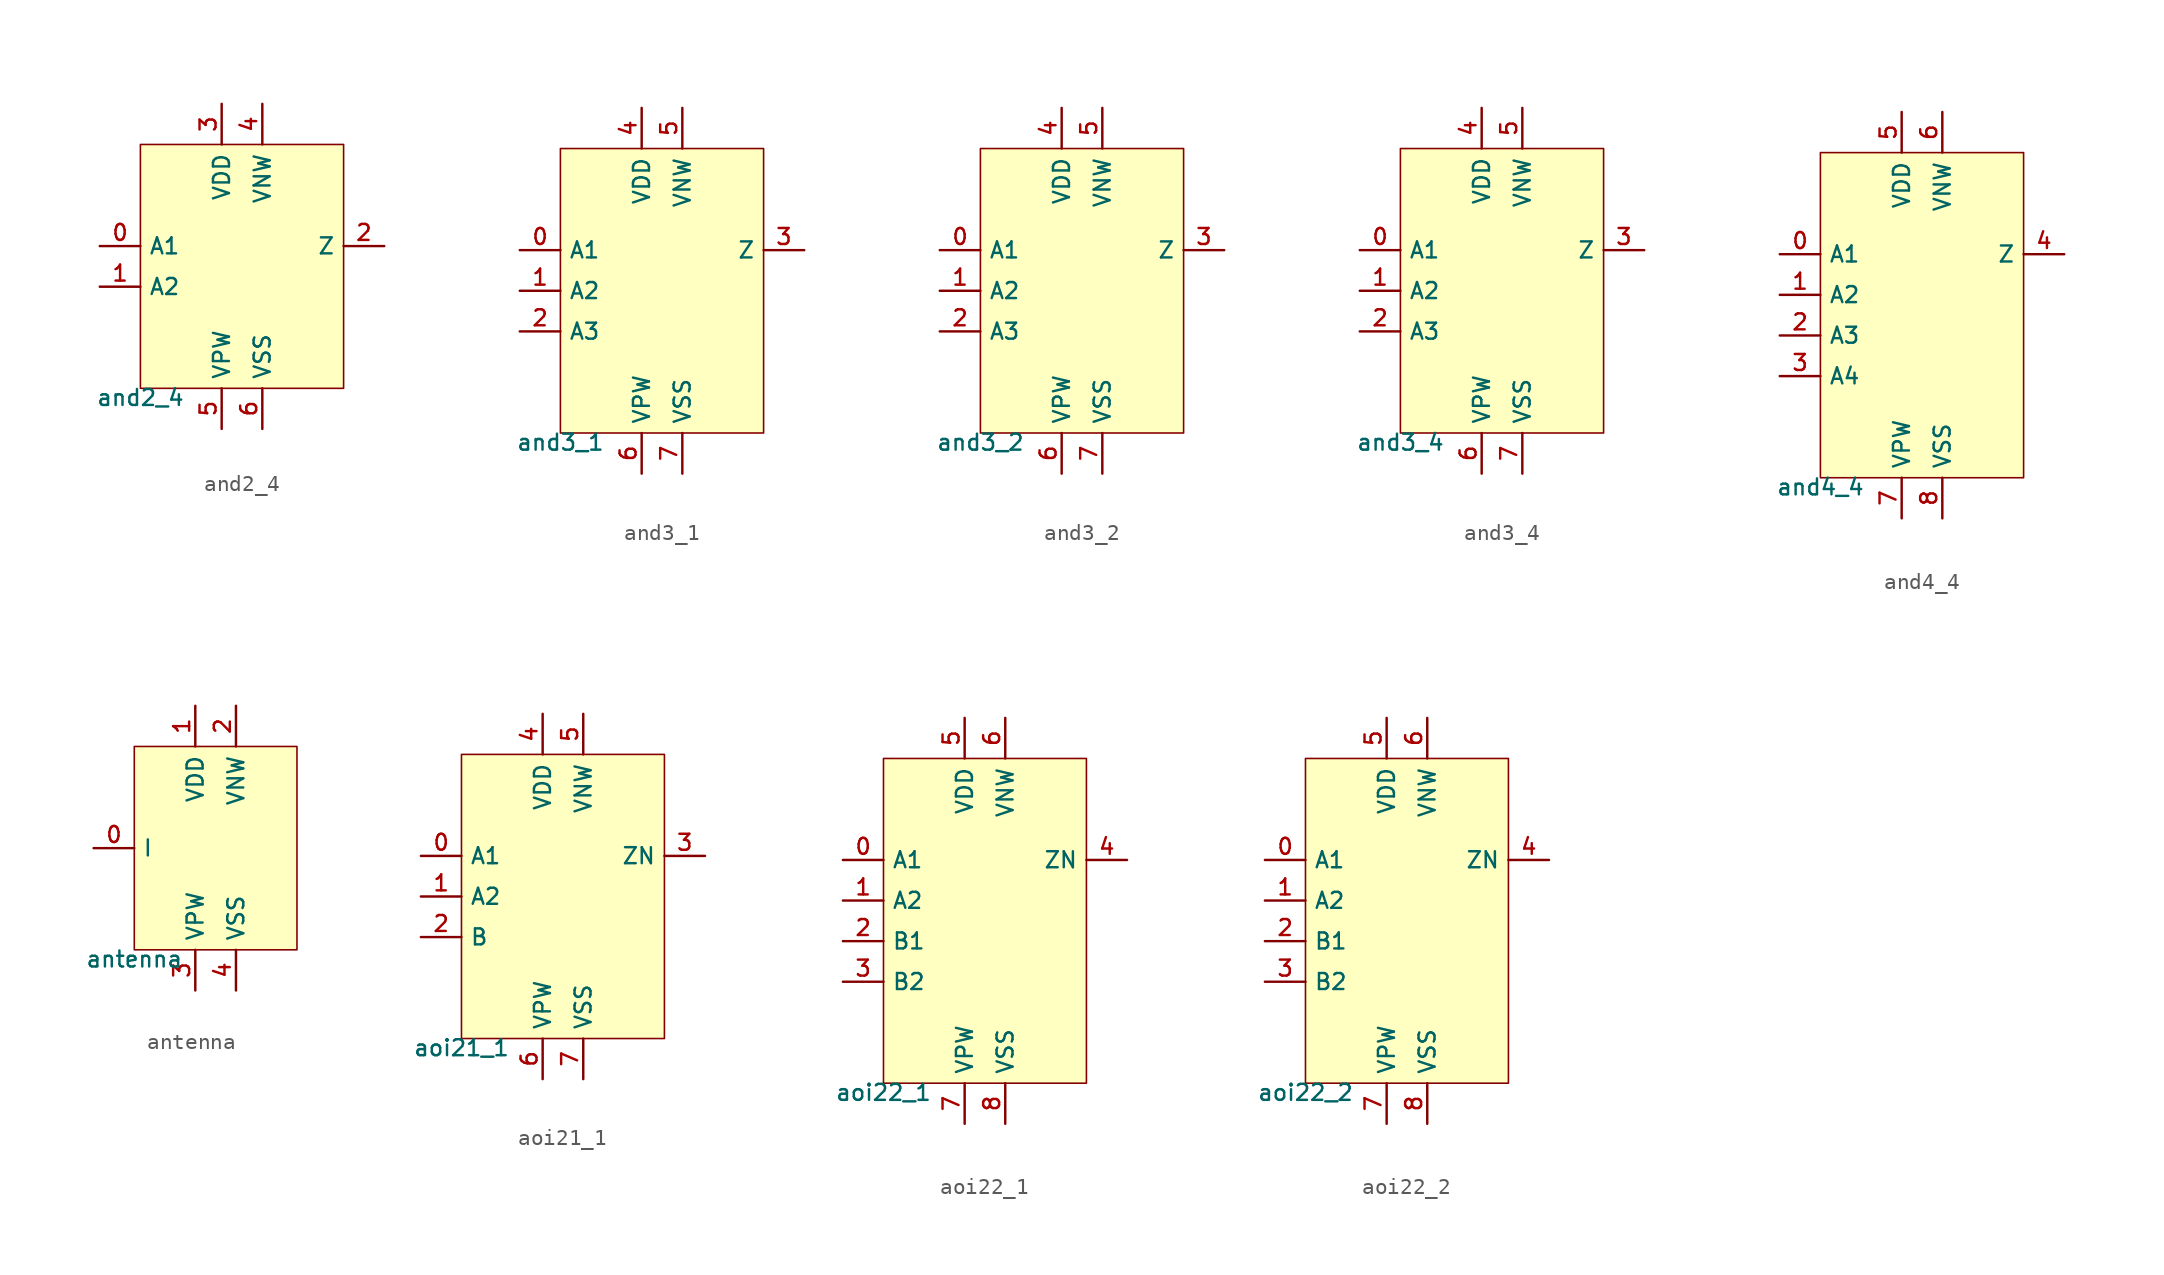
<source format=kicad_sym>
(kicad_symbol_lib
  (version 20211014)
  (generator pdk2kicad)
  (symbol "and2_4"
    (property "Reference" "X"
      (at 0 0 0)
      (effects (font (size 1 1)) hide))
    (property "Value" "and2_4"
      (at -6.35 -7.62 0)
      (effects (font (size 1 1)) (justify top)))
    (rectangle
      (start -6.35 -7.62)
      (end 6.35 7.62)
      (stroke (width 0.1) (type solid) (color 0 0 0 0))
      (fill (type background)))
    (pin input line
      (at -8.89 1.27 0)
      (length 2.54)
      (name "A1" (effects (font (size 1 1)) hide))
      (number "0" (effects (font (size 1 1)) hide)))
    (pin input line
      (at -8.89 -1.27 0)
      (length 2.54)
      (name "A2" (effects (font (size 1 1)) hide))
      (number "1" (effects (font (size 1 1)) hide)))
    (pin output line
      (at 8.89 1.27 180)
      (length 2.54)
      (name "Z" (effects (font (size 1 1)) hide))
      (number "2" (effects (font (size 1 1)) hide)))
    (pin power_in line
      (at -1.27 10.16 270)
      (length 2.54)
      (name "VDD" (effects (font (size 1 1)) hide))
      (number "3" (effects (font (size 1 1)) hide)))
    (pin power_in line
      (at 1.27 10.16 270)
      (length 2.54)
      (name "VNW" (effects (font (size 1 1)) hide))
      (number "4" (effects (font (size 1 1)) hide)))
    (pin power_in line
      (at -1.27 -10.16 90)
      (length 2.54)
      (name "VPW" (effects (font (size 1 1)) hide))
      (number "5" (effects (font (size 1 1)) hide)))
    (pin power_in line
      (at 1.27 -10.16 90)
      (length 2.54)
      (name "VSS" (effects (font (size 1 1)) hide))
      (number "6" (effects (font (size 1 1)) hide))))
  (symbol "and3_1"
    (property "Reference" "X"
      (at 0 0 0)
      (effects (font (size 1 1)) hide))
    (property "Value" "and3_1"
      (at -6.35 -8.89 0)
      (effects (font (size 1 1)) (justify top)))
    (rectangle
      (start -6.35 -8.89)
      (end 6.35 8.89)
      (stroke (width 0.1) (type solid) (color 0 0 0 0))
      (fill (type background)))
    (pin input line
      (at -8.89 2.54 0)
      (length 2.54)
      (name "A1" (effects (font (size 1 1)) hide))
      (number "0" (effects (font (size 1 1)) hide)))
    (pin input line
      (at -8.89 4.440892098500626e-16 0)
      (length 2.54)
      (name "A2" (effects (font (size 1 1)) hide))
      (number "1" (effects (font (size 1 1)) hide)))
    (pin input line
      (at -8.89 -2.54 0)
      (length 2.54)
      (name "A3" (effects (font (size 1 1)) hide))
      (number "2" (effects (font (size 1 1)) hide)))
    (pin output line
      (at 8.89 2.54 180)
      (length 2.54)
      (name "Z" (effects (font (size 1 1)) hide))
      (number "3" (effects (font (size 1 1)) hide)))
    (pin power_in line
      (at -1.27 11.43 270)
      (length 2.54)
      (name "VDD" (effects (font (size 1 1)) hide))
      (number "4" (effects (font (size 1 1)) hide)))
    (pin power_in line
      (at 1.27 11.43 270)
      (length 2.54)
      (name "VNW" (effects (font (size 1 1)) hide))
      (number "5" (effects (font (size 1 1)) hide)))
    (pin power_in line
      (at -1.27 -11.43 90)
      (length 2.54)
      (name "VPW" (effects (font (size 1 1)) hide))
      (number "6" (effects (font (size 1 1)) hide)))
    (pin power_in line
      (at 1.27 -11.43 90)
      (length 2.54)
      (name "VSS" (effects (font (size 1 1)) hide))
      (number "7" (effects (font (size 1 1)) hide))))
  (symbol "and3_2"
    (property "Reference" "X"
      (at 0 0 0)
      (effects (font (size 1 1)) hide))
    (property "Value" "and3_2"
      (at -6.35 -8.89 0)
      (effects (font (size 1 1)) (justify top)))
    (rectangle
      (start -6.35 -8.89)
      (end 6.35 8.89)
      (stroke (width 0.1) (type solid) (color 0 0 0 0))
      (fill (type background)))
    (pin input line
      (at -8.89 2.54 0)
      (length 2.54)
      (name "A1" (effects (font (size 1 1)) hide))
      (number "0" (effects (font (size 1 1)) hide)))
    (pin input line
      (at -8.89 4.440892098500626e-16 0)
      (length 2.54)
      (name "A2" (effects (font (size 1 1)) hide))
      (number "1" (effects (font (size 1 1)) hide)))
    (pin input line
      (at -8.89 -2.54 0)
      (length 2.54)
      (name "A3" (effects (font (size 1 1)) hide))
      (number "2" (effects (font (size 1 1)) hide)))
    (pin output line
      (at 8.89 2.54 180)
      (length 2.54)
      (name "Z" (effects (font (size 1 1)) hide))
      (number "3" (effects (font (size 1 1)) hide)))
    (pin power_in line
      (at -1.27 11.43 270)
      (length 2.54)
      (name "VDD" (effects (font (size 1 1)) hide))
      (number "4" (effects (font (size 1 1)) hide)))
    (pin power_in line
      (at 1.27 11.43 270)
      (length 2.54)
      (name "VNW" (effects (font (size 1 1)) hide))
      (number "5" (effects (font (size 1 1)) hide)))
    (pin power_in line
      (at -1.27 -11.43 90)
      (length 2.54)
      (name "VPW" (effects (font (size 1 1)) hide))
      (number "6" (effects (font (size 1 1)) hide)))
    (pin power_in line
      (at 1.27 -11.43 90)
      (length 2.54)
      (name "VSS" (effects (font (size 1 1)) hide))
      (number "7" (effects (font (size 1 1)) hide))))
  (symbol "and3_4"
    (property "Reference" "X"
      (at 0 0 0)
      (effects (font (size 1 1)) hide))
    (property "Value" "and3_4"
      (at -6.35 -8.89 0)
      (effects (font (size 1 1)) (justify top)))
    (rectangle
      (start -6.35 -8.89)
      (end 6.35 8.89)
      (stroke (width 0.1) (type solid) (color 0 0 0 0))
      (fill (type background)))
    (pin input line
      (at -8.89 2.54 0)
      (length 2.54)
      (name "A1" (effects (font (size 1 1)) hide))
      (number "0" (effects (font (size 1 1)) hide)))
    (pin input line
      (at -8.89 4.440892098500626e-16 0)
      (length 2.54)
      (name "A2" (effects (font (size 1 1)) hide))
      (number "1" (effects (font (size 1 1)) hide)))
    (pin input line
      (at -8.89 -2.54 0)
      (length 2.54)
      (name "A3" (effects (font (size 1 1)) hide))
      (number "2" (effects (font (size 1 1)) hide)))
    (pin output line
      (at 8.89 2.54 180)
      (length 2.54)
      (name "Z" (effects (font (size 1 1)) hide))
      (number "3" (effects (font (size 1 1)) hide)))
    (pin power_in line
      (at -1.27 11.43 270)
      (length 2.54)
      (name "VDD" (effects (font (size 1 1)) hide))
      (number "4" (effects (font (size 1 1)) hide)))
    (pin power_in line
      (at 1.27 11.43 270)
      (length 2.54)
      (name "VNW" (effects (font (size 1 1)) hide))
      (number "5" (effects (font (size 1 1)) hide)))
    (pin power_in line
      (at -1.27 -11.43 90)
      (length 2.54)
      (name "VPW" (effects (font (size 1 1)) hide))
      (number "6" (effects (font (size 1 1)) hide)))
    (pin power_in line
      (at 1.27 -11.43 90)
      (length 2.54)
      (name "VSS" (effects (font (size 1 1)) hide))
      (number "7" (effects (font (size 1 1)) hide))))
  (symbol "and4_4"
    (property "Reference" "X"
      (at 0 0 0)
      (effects (font (size 1 1)) hide))
    (property "Value" "and4_4"
      (at -6.35 -10.16 0)
      (effects (font (size 1 1)) (justify top)))
    (rectangle
      (start -6.35 -10.16)
      (end 6.35 10.16)
      (stroke (width 0.1) (type solid) (color 0 0 0 0))
      (fill (type background)))
    (pin input line
      (at -8.89 3.81 0)
      (length 2.54)
      (name "A1" (effects (font (size 1 1)) hide))
      (number "0" (effects (font (size 1 1)) hide)))
    (pin input line
      (at -8.89 1.27 0)
      (length 2.54)
      (name "A2" (effects (font (size 1 1)) hide))
      (number "1" (effects (font (size 1 1)) hide)))
    (pin input line
      (at -8.89 -1.27 0)
      (length 2.54)
      (name "A3" (effects (font (size 1 1)) hide))
      (number "2" (effects (font (size 1 1)) hide)))
    (pin input line
      (at -8.89 -3.81 0)
      (length 2.54)
      (name "A4" (effects (font (size 1 1)) hide))
      (number "3" (effects (font (size 1 1)) hide)))
    (pin output line
      (at 8.89 3.81 180)
      (length 2.54)
      (name "Z" (effects (font (size 1 1)) hide))
      (number "4" (effects (font (size 1 1)) hide)))
    (pin power_in line
      (at -1.27 12.7 270)
      (length 2.54)
      (name "VDD" (effects (font (size 1 1)) hide))
      (number "5" (effects (font (size 1 1)) hide)))
    (pin power_in line
      (at 1.27 12.7 270)
      (length 2.54)
      (name "VNW" (effects (font (size 1 1)) hide))
      (number "6" (effects (font (size 1 1)) hide)))
    (pin power_in line
      (at -1.27 -12.7 90)
      (length 2.54)
      (name "VPW" (effects (font (size 1 1)) hide))
      (number "7" (effects (font (size 1 1)) hide)))
    (pin power_in line
      (at 1.27 -12.7 90)
      (length 2.54)
      (name "VSS" (effects (font (size 1 1)) hide))
      (number "8" (effects (font (size 1 1)) hide))))
  (symbol "antenna"
    (property "Reference" "X"
      (at 0 0 0)
      (effects (font (size 1 1)) hide))
    (property "Value" "antenna"
      (at -5.08 -6.35 0)
      (effects (font (size 1 1)) (justify top)))
    (rectangle
      (start -5.08 -6.35)
      (end 5.08 6.35)
      (stroke (width 0.1) (type solid) (color 0 0 0 0))
      (fill (type background)))
    (pin input line
      (at -7.62 -4.440892098500626e-16 0)
      (length 2.54)
      (name "I" (effects (font (size 1 1)) hide))
      (number "0" (effects (font (size 1 1)) hide)))
    (pin power_in line
      (at -1.27 8.89 270)
      (length 2.54)
      (name "VDD" (effects (font (size 1 1)) hide))
      (number "1" (effects (font (size 1 1)) hide)))
    (pin power_in line
      (at 1.27 8.89 270)
      (length 2.54)
      (name "VNW" (effects (font (size 1 1)) hide))
      (number "2" (effects (font (size 1 1)) hide)))
    (pin power_in line
      (at -1.27 -8.89 90)
      (length 2.54)
      (name "VPW" (effects (font (size 1 1)) hide))
      (number "3" (effects (font (size 1 1)) hide)))
    (pin power_in line
      (at 1.27 -8.89 90)
      (length 2.54)
      (name "VSS" (effects (font (size 1 1)) hide))
      (number "4" (effects (font (size 1 1)) hide))))
  (symbol "aoi21_1"
    (property "Reference" "X"
      (at 0 0 0)
      (effects (font (size 1 1)) hide))
    (property "Value" "aoi21_1"
      (at -6.35 -8.89 0)
      (effects (font (size 1 1)) (justify top)))
    (rectangle
      (start -6.35 -8.89)
      (end 6.35 8.89)
      (stroke (width 0.1) (type solid) (color 0 0 0 0))
      (fill (type background)))
    (pin input line
      (at -8.89 2.54 0)
      (length 2.54)
      (name "A1" (effects (font (size 1 1)) hide))
      (number "0" (effects (font (size 1 1)) hide)))
    (pin input line
      (at -8.89 4.440892098500626e-16 0)
      (length 2.54)
      (name "A2" (effects (font (size 1 1)) hide))
      (number "1" (effects (font (size 1 1)) hide)))
    (pin input line
      (at -8.89 -2.54 0)
      (length 2.54)
      (name "B" (effects (font (size 1 1)) hide))
      (number "2" (effects (font (size 1 1)) hide)))
    (pin output line
      (at 8.89 2.54 180)
      (length 2.54)
      (name "ZN" (effects (font (size 1 1)) hide))
      (number "3" (effects (font (size 1 1)) hide)))
    (pin power_in line
      (at -1.27 11.43 270)
      (length 2.54)
      (name "VDD" (effects (font (size 1 1)) hide))
      (number "4" (effects (font (size 1 1)) hide)))
    (pin power_in line
      (at 1.27 11.43 270)
      (length 2.54)
      (name "VNW" (effects (font (size 1 1)) hide))
      (number "5" (effects (font (size 1 1)) hide)))
    (pin power_in line
      (at -1.27 -11.43 90)
      (length 2.54)
      (name "VPW" (effects (font (size 1 1)) hide))
      (number "6" (effects (font (size 1 1)) hide)))
    (pin power_in line
      (at 1.27 -11.43 90)
      (length 2.54)
      (name "VSS" (effects (font (size 1 1)) hide))
      (number "7" (effects (font (size 1 1)) hide))))
  (symbol "aoi22_1"
    (property "Reference" "X"
      (at 0 0 0)
      (effects (font (size 1 1)) hide))
    (property "Value" "aoi22_1"
      (at -6.35 -10.16 0)
      (effects (font (size 1 1)) (justify top)))
    (rectangle
      (start -6.35 -10.16)
      (end 6.35 10.16)
      (stroke (width 0.1) (type solid) (color 0 0 0 0))
      (fill (type background)))
    (pin input line
      (at -8.89 3.81 0)
      (length 2.54)
      (name "A1" (effects (font (size 1 1)) hide))
      (number "0" (effects (font (size 1 1)) hide)))
    (pin input line
      (at -8.89 1.27 0)
      (length 2.54)
      (name "A2" (effects (font (size 1 1)) hide))
      (number "1" (effects (font (size 1 1)) hide)))
    (pin input line
      (at -8.89 -1.27 0)
      (length 2.54)
      (name "B1" (effects (font (size 1 1)) hide))
      (number "2" (effects (font (size 1 1)) hide)))
    (pin input line
      (at -8.89 -3.81 0)
      (length 2.54)
      (name "B2" (effects (font (size 1 1)) hide))
      (number "3" (effects (font (size 1 1)) hide)))
    (pin output line
      (at 8.89 3.81 180)
      (length 2.54)
      (name "ZN" (effects (font (size 1 1)) hide))
      (number "4" (effects (font (size 1 1)) hide)))
    (pin power_in line
      (at -1.27 12.7 270)
      (length 2.54)
      (name "VDD" (effects (font (size 1 1)) hide))
      (number "5" (effects (font (size 1 1)) hide)))
    (pin power_in line
      (at 1.27 12.7 270)
      (length 2.54)
      (name "VNW" (effects (font (size 1 1)) hide))
      (number "6" (effects (font (size 1 1)) hide)))
    (pin power_in line
      (at -1.27 -12.7 90)
      (length 2.54)
      (name "VPW" (effects (font (size 1 1)) hide))
      (number "7" (effects (font (size 1 1)) hide)))
    (pin power_in line
      (at 1.27 -12.7 90)
      (length 2.54)
      (name "VSS" (effects (font (size 1 1)) hide))
      (number "8" (effects (font (size 1 1)) hide))))
  (symbol "aoi22_2"
    (property "Reference" "X"
      (at 0 0 0)
      (effects (font (size 1 1)) hide))
    (property "Value" "aoi22_2"
      (at -6.35 -10.16 0)
      (effects (font (size 1 1)) (justify top)))
    (rectangle
      (start -6.35 -10.16)
      (end 6.35 10.16)
      (stroke (width 0.1) (type solid) (color 0 0 0 0))
      (fill (type background)))
    (pin input line
      (at -8.89 3.81 0)
      (length 2.54)
      (name "A1" (effects (font (size 1 1)) hide))
      (number "0" (effects (font (size 1 1)) hide)))
    (pin input line
      (at -8.89 1.27 0)
      (length 2.54)
      (name "A2" (effects (font (size 1 1)) hide))
      (number "1" (effects (font (size 1 1)) hide)))
    (pin input line
      (at -8.89 -1.27 0)
      (length 2.54)
      (name "B1" (effects (font (size 1 1)) hide))
      (number "2" (effects (font (size 1 1)) hide)))
    (pin input line
      (at -8.89 -3.81 0)
      (length 2.54)
      (name "B2" (effects (font (size 1 1)) hide))
      (number "3" (effects (font (size 1 1)) hide)))
    (pin output line
      (at 8.89 3.81 180)
      (length 2.54)
      (name "ZN" (effects (font (size 1 1)) hide))
      (number "4" (effects (font (size 1 1)) hide)))
    (pin power_in line
      (at -1.27 12.7 270)
      (length 2.54)
      (name "VDD" (effects (font (size 1 1)) hide))
      (number "5" (effects (font (size 1 1)) hide)))
    (pin power_in line
      (at 1.27 12.7 270)
      (length 2.54)
      (name "VNW" (effects (font (size 1 1)) hide))
      (number "6" (effects (font (size 1 1)) hide)))
    (pin power_in line
      (at -1.27 -12.7 90)
      (length 2.54)
      (name "VPW" (effects (font (size 1 1)) hide))
      (number "7" (effects (font (size 1 1)) hide)))
    (pin power_in line
      (at 1.27 -12.7 90)
      (length 2.54)
      (name "VSS" (effects (font (size 1 1)) hide))
      (number "8" (effects (font (size 1 1)) hide)))))
</source>
